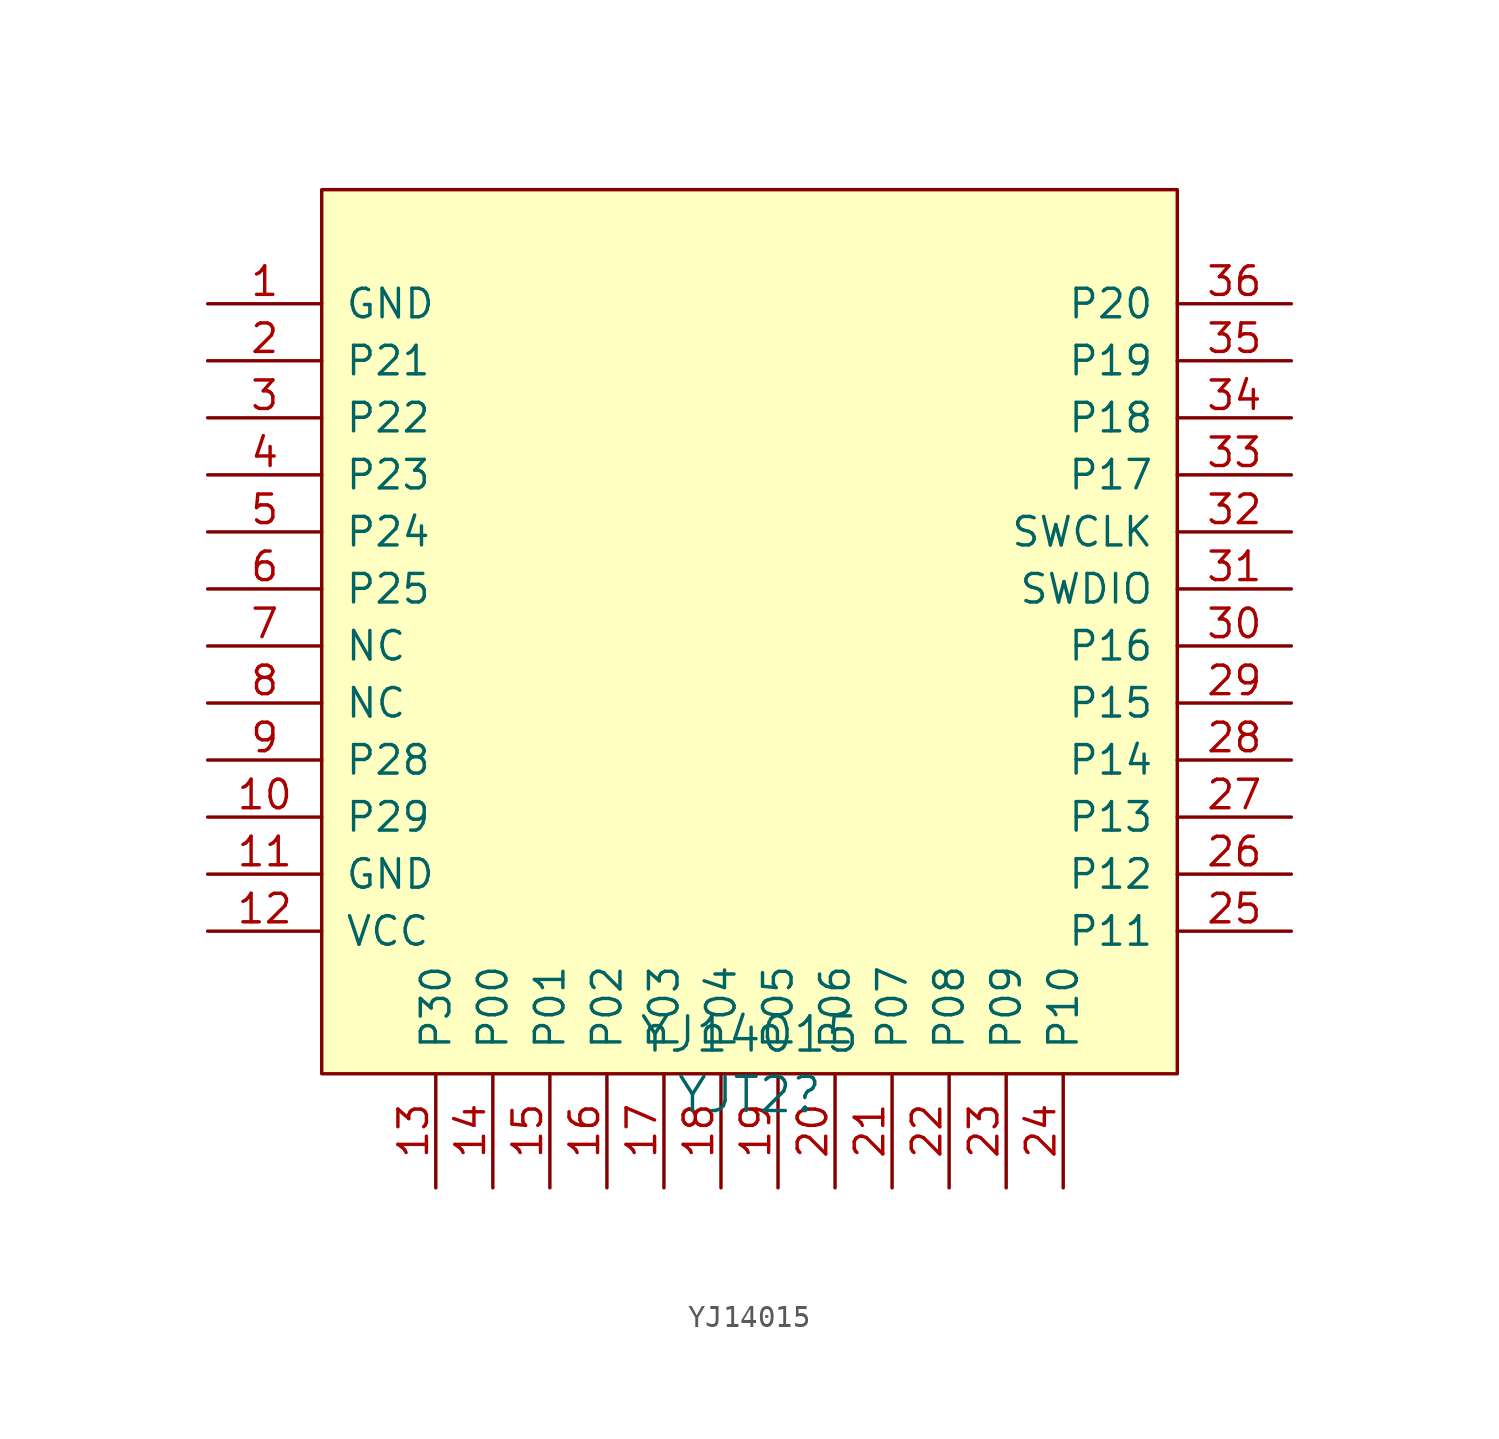
<source format=kicad_sym>
(kicad_symbol_lib
  (version 20211014)
  (generator kicad_symbol_editor)
  (symbol "YJ14015"
    (pin_names
      (offset 1.016))
    (property "Reference" "YJT2"
      (at 0 -22.53 0)
      (effects (font (size 1.524 1.524))))
    (property "Value" "YJ14015"
      (at 0 -19.837 0)
      (effects (font (size 1.524 1.524))))
    (symbol "YJ14015_0_1"
      (rectangle (start 19.05 -21.59) (end -19.05 17.78) (stroke (width 0) (type default) (color 0 0 0 0)) (fill (type background))))
    (symbol "YJ14015_1_1"
      (pin bidirectional line (at -24.13 12.7 0) (length 5.08) (name "GND" (effects (font (size 1.27 1.27)))) (number "1" (effects (font (size 1.27 1.27)))))
      (pin bidirectional line (at -24.13 -10.16 0) (length 5.08) (name "P29" (effects (font (size 1.27 1.27)))) (number "10" (effects (font (size 1.27 1.27)))))
      (pin bidirectional line (at -24.13 -12.7 0) (length 5.08) (name "GND" (effects (font (size 1.27 1.27)))) (number "11" (effects (font (size 1.27 1.27)))))
      (pin bidirectional line (at -24.13 -15.24 0) (length 5.08) (name "VCC" (effects (font (size 1.27 1.27)))) (number "12" (effects (font (size 1.27 1.27)))))
      (pin bidirectional line (at -13.97 -26.67 90) (length 5.08) (name "P30" (effects (font (size 1.27 1.27)))) (number "13" (effects (font (size 1.27 1.27)))))
      (pin bidirectional line (at -11.43 -26.67 90) (length 5.08) (name "P00" (effects (font (size 1.27 1.27)))) (number "14" (effects (font (size 1.27 1.27)))))
      (pin bidirectional line (at -8.89 -26.67 90) (length 5.08) (name "P01" (effects (font (size 1.27 1.27)))) (number "15" (effects (font (size 1.27 1.27)))))
      (pin bidirectional line (at -6.35 -26.67 90) (length 5.08) (name "P02" (effects (font (size 1.27 1.27)))) (number "16" (effects (font (size 1.27 1.27)))))
      (pin bidirectional line (at -3.81 -26.67 90) (length 5.08) (name "P03" (effects (font (size 1.27 1.27)))) (number "17" (effects (font (size 1.27 1.27)))))
      (pin bidirectional line (at -1.27 -26.67 90) (length 5.08) (name "P04" (effects (font (size 1.27 1.27)))) (number "18" (effects (font (size 1.27 1.27)))))
      (pin bidirectional line (at 1.27 -26.67 90) (length 5.08) (name "P05" (effects (font (size 1.27 1.27)))) (number "19" (effects (font (size 1.27 1.27)))))
      (pin bidirectional line (at -24.13 10.16 0) (length 5.08) (name "P21" (effects (font (size 1.27 1.27)))) (number "2" (effects (font (size 1.27 1.27)))))
      (pin bidirectional line (at 3.81 -26.67 90) (length 5.08) (name "P06" (effects (font (size 1.27 1.27)))) (number "20" (effects (font (size 1.27 1.27)))))
      (pin bidirectional line (at 6.35 -26.67 90) (length 5.08) (name "P07" (effects (font (size 1.27 1.27)))) (number "21" (effects (font (size 1.27 1.27)))))
      (pin bidirectional line (at 8.89 -26.67 90) (length 5.08) (name "P08" (effects (font (size 1.27 1.27)))) (number "22" (effects (font (size 1.27 1.27)))))
      (pin bidirectional line (at 11.43 -26.67 90) (length 5.08) (name "P09" (effects (font (size 1.27 1.27)))) (number "23" (effects (font (size 1.27 1.27)))))
      (pin bidirectional line (at 13.97 -26.67 90) (length 5.08) (name "P10" (effects (font (size 1.27 1.27)))) (number "24" (effects (font (size 1.27 1.27)))))
      (pin bidirectional line (at 24.13 -15.24 180) (length 5.08) (name "P11" (effects (font (size 1.27 1.27)))) (number "25" (effects (font (size 1.27 1.27)))))
      (pin bidirectional line (at 24.13 -12.7 180) (length 5.08) (name "P12" (effects (font (size 1.27 1.27)))) (number "26" (effects (font (size 1.27 1.27)))))
      (pin bidirectional line (at 24.13 -10.16 180) (length 5.08) (name "P13" (effects (font (size 1.27 1.27)))) (number "27" (effects (font (size 1.27 1.27)))))
      (pin bidirectional line (at 24.13 -7.62 180) (length 5.08) (name "P14" (effects (font (size 1.27 1.27)))) (number "28" (effects (font (size 1.27 1.27)))))
      (pin bidirectional line (at 24.13 -5.08 180) (length 5.08) (name "P15" (effects (font (size 1.27 1.27)))) (number "29" (effects (font (size 1.27 1.27)))))
      (pin bidirectional line (at -24.13 7.62 0) (length 5.08) (name "P22" (effects (font (size 1.27 1.27)))) (number "3" (effects (font (size 1.27 1.27)))))
      (pin bidirectional line (at 24.13 -2.54 180) (length 5.08) (name "P16" (effects (font (size 1.27 1.27)))) (number "30" (effects (font (size 1.27 1.27)))))
      (pin bidirectional line (at 24.13 0 180) (length 5.08) (name "SWDIO" (effects (font (size 1.27 1.27)))) (number "31" (effects (font (size 1.27 1.27)))))
      (pin bidirectional line (at 24.13 2.54 180) (length 5.08) (name "SWCLK" (effects (font (size 1.27 1.27)))) (number "32" (effects (font (size 1.27 1.27)))))
      (pin bidirectional line (at 24.13 5.08 180) (length 5.08) (name "P17" (effects (font (size 1.27 1.27)))) (number "33" (effects (font (size 1.27 1.27)))))
      (pin bidirectional line (at 24.13 7.62 180) (length 5.08) (name "P18" (effects (font (size 1.27 1.27)))) (number "34" (effects (font (size 1.27 1.27)))))
      (pin bidirectional line (at 24.13 10.16 180) (length 5.08) (name "P19" (effects (font (size 1.27 1.27)))) (number "35" (effects (font (size 1.27 1.27)))))
      (pin bidirectional line (at 24.13 12.7 180) (length 5.08) (name "P20" (effects (font (size 1.27 1.27)))) (number "36" (effects (font (size 1.27 1.27)))))
      (pin bidirectional line (at -24.13 5.08 0) (length 5.08) (name "P23" (effects (font (size 1.27 1.27)))) (number "4" (effects (font (size 1.27 1.27)))))
      (pin bidirectional line (at -24.13 2.54 0) (length 5.08) (name "P24" (effects (font (size 1.27 1.27)))) (number "5" (effects (font (size 1.27 1.27)))))
      (pin bidirectional line (at -24.13 0 0) (length 5.08) (name "P25" (effects (font (size 1.27 1.27)))) (number "6" (effects (font (size 1.27 1.27)))))
      (pin bidirectional line (at -24.13 -2.54 0) (length 5.08) (name "NC" (effects (font (size 1.27 1.27)))) (number "7" (effects (font (size 1.27 1.27)))))
      (pin bidirectional line (at -24.13 -5.08 0) (length 5.08) (name "NC" (effects (font (size 1.27 1.27)))) (number "8" (effects (font (size 1.27 1.27)))))
      (pin bidirectional line (at -24.13 -7.62 0) (length 5.08) (name "P28" (effects (font (size 1.27 1.27)))) (number "9" (effects (font (size 1.27 1.27))))))))
</source>
